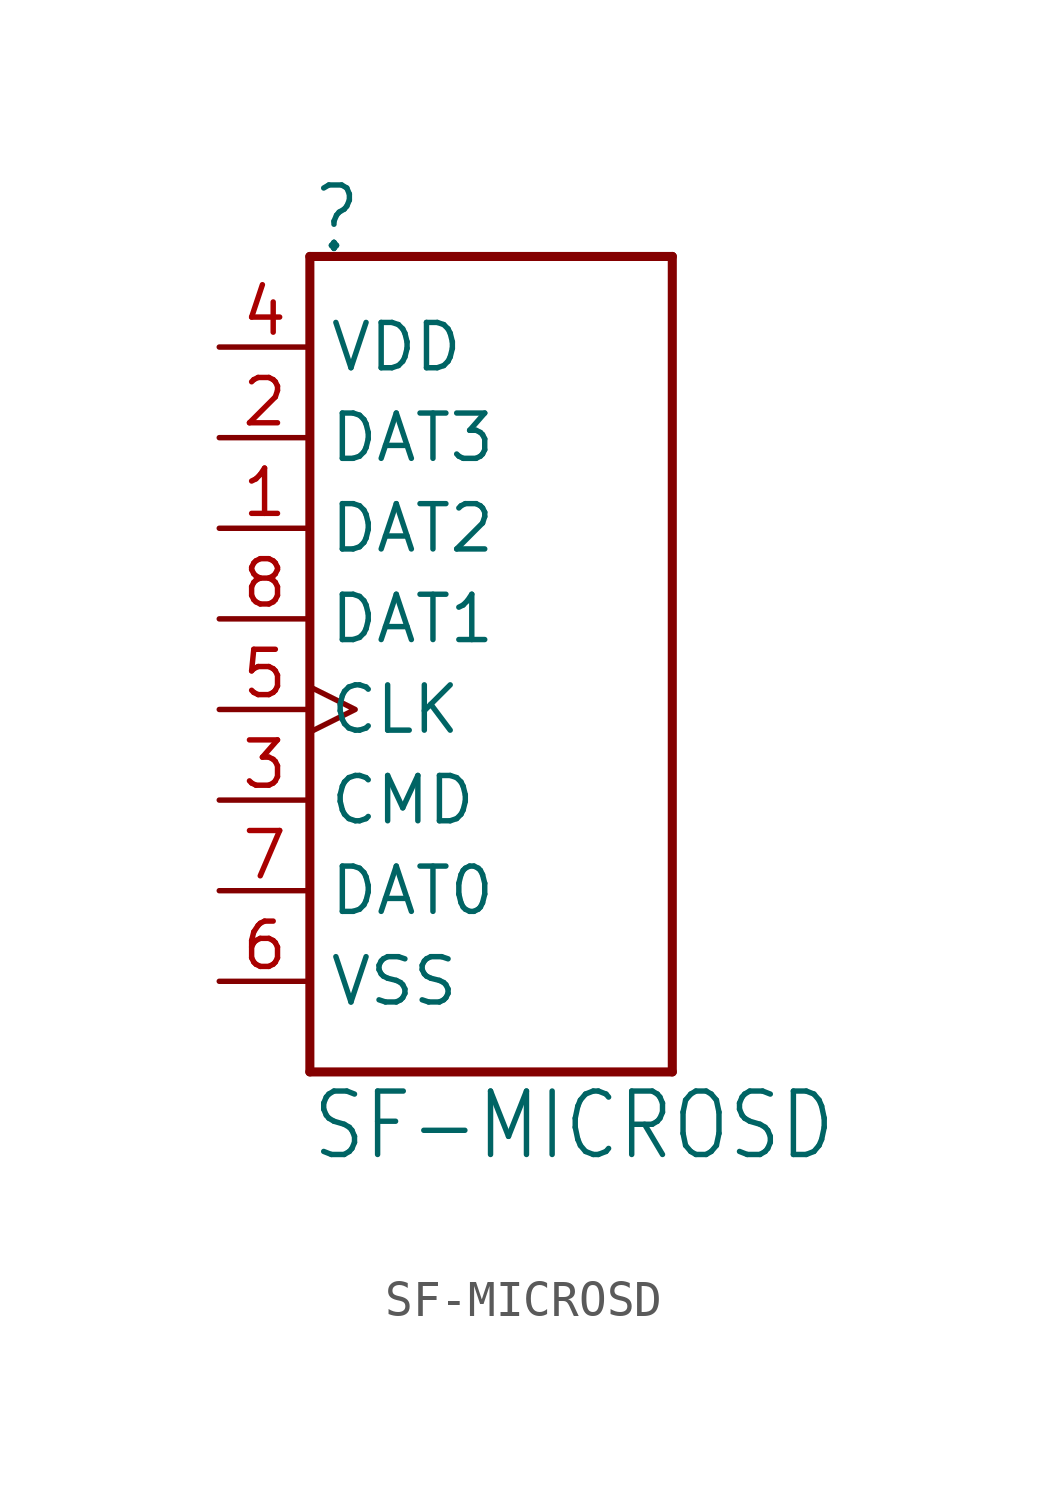
<source format=kicad_sym>
(kicad_symbol_lib
  (version 20220331)
  (generator kicad_symbol_editor)
  (symbol "SF-MICROSD"
    (property "Reference" ""
      (at 0 10.16 0)
      (effects (font (size 1.778 1.511)) (justify left bottom)))
    (property "Value" "SF-MICROSD"
      (at 0 -15.24 0)
      (effects (font (size 1.778 1.511)) (justify left bottom)))
    (property "ki_locked" ""
      (at 0 0 0)
      (effects (font (size 1.27 1.27))))
    (symbol "SF-MICROSD_1_0"
      (polyline (pts (xy 0 -12.7) (xy 0 10.16)) (stroke (width 0.254) (type solid)) (fill (type none)))
      (polyline (pts (xy 0 10.16) (xy 10.16 10.16)) (stroke (width 0.254) (type solid)) (fill (type none)))
      (polyline (pts (xy 10.16 -12.7) (xy 0 -12.7)) (stroke (width 0.254) (type solid)) (fill (type none)))
      (polyline (pts (xy 10.16 10.16) (xy 10.16 -12.7)) (stroke (width 0.254) (type solid)) (fill (type none)))
      (pin bidirectional line (at -2.54 2.54 0) (length 2.54) (name "DAT2" (effects (font (size 1.27 1.27)))) (number "1" (effects (font (size 1.27 1.27)))))
      (pin bidirectional line (at -2.54 5.08 0) (length 2.54) (name "DAT3" (effects (font (size 1.27 1.27)))) (number "2" (effects (font (size 1.27 1.27)))))
      (pin bidirectional line (at -2.54 -5.08 0) (length 2.54) (name "CMD" (effects (font (size 1.27 1.27)))) (number "3" (effects (font (size 1.27 1.27)))))
      (pin passive line (at -2.54 7.62 0) (length 2.54) (name "VDD" (effects (font (size 1.27 1.27)))) (number "4" (effects (font (size 1.27 1.27)))))
      (pin bidirectional clock (at -2.54 -2.54 0) (length 2.54) (name "CLK" (effects (font (size 1.27 1.27)))) (number "5" (effects (font (size 1.27 1.27)))))
      (pin power_in line (at -2.54 -10.16 0) (length 2.54) (name "VSS" (effects (font (size 1.27 1.27)))) (number "6" (effects (font (size 1.27 1.27)))))
      (pin bidirectional line (at -2.54 -7.62 0) (length 2.54) (name "DAT0" (effects (font (size 1.27 1.27)))) (number "7" (effects (font (size 1.27 1.27)))))
      (pin bidirectional line (at -2.54 0 0) (length 2.54) (name "DAT1" (effects (font (size 1.27 1.27)))) (number "8" (effects (font (size 1.27 1.27))))))))
</source>
